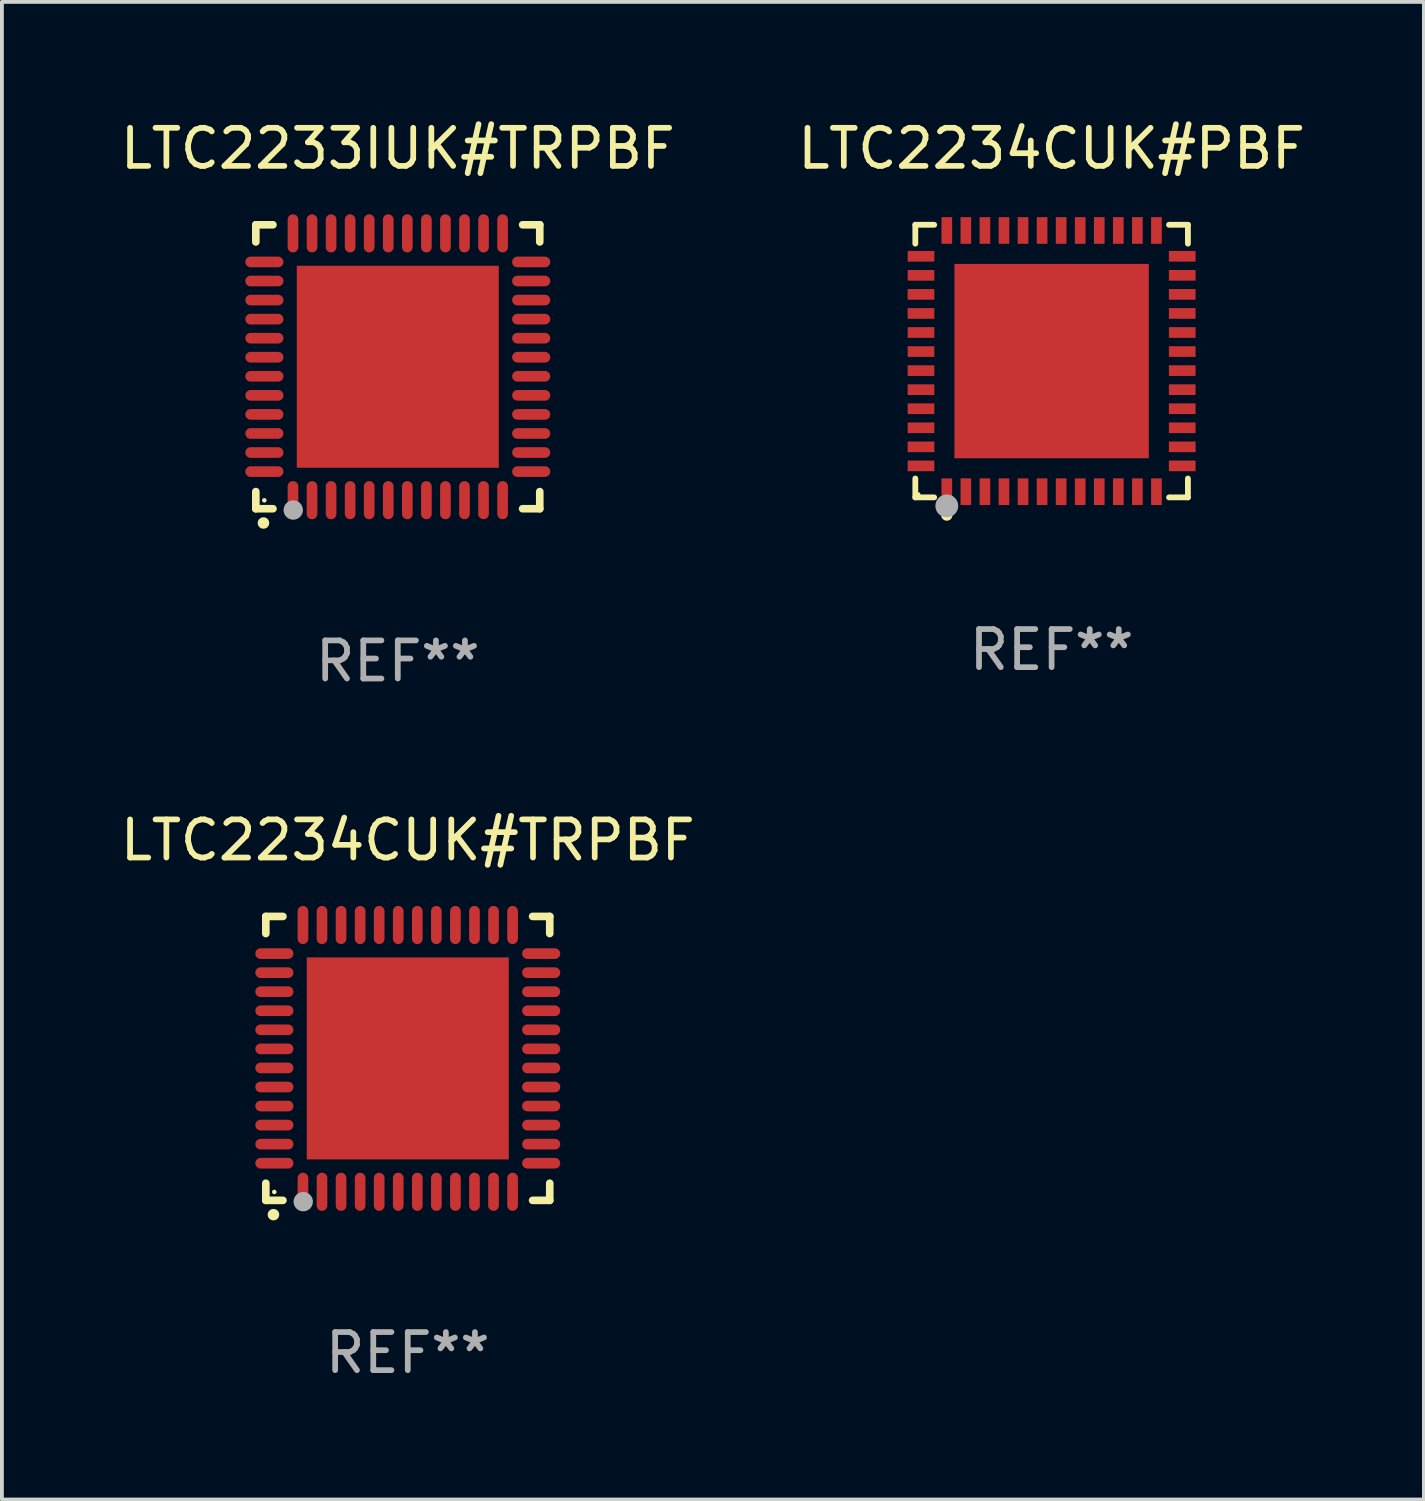
<source format=kicad_pcb>
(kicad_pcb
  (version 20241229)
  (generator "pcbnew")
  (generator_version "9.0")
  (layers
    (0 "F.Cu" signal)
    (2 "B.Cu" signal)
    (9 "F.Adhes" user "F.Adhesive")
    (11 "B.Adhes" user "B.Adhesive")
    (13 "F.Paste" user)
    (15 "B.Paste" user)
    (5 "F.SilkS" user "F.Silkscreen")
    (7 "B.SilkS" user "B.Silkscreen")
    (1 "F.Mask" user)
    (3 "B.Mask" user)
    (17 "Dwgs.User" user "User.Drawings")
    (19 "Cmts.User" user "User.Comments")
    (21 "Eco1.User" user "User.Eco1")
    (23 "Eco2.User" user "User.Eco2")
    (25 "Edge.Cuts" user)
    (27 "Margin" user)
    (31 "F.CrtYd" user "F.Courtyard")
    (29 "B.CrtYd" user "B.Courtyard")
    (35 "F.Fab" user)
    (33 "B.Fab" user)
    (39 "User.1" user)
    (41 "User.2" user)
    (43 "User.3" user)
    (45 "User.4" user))
  (footprint "LTC2234CUK#PBF"
    (layer "F.Cu")
    (at 24.542 6.424)
    (property "Reference" "LTC2234CUK#PBF" (at 0 -5.576 0) (layer "F.SilkS") (effects (font (size 1 1) (thickness 0.15))))
    (attr through_hole)
    (fp_line (start -3.576 -3.576) (end -3.081 -3.576) (stroke (width 0.152) (type solid)) (layer "F.SilkS"))
    (fp_line (start -3.576 -3.081) (end -3.576 -3.576) (stroke (width 0.152) (type solid)) (layer "F.SilkS"))
    (fp_line (start -3.576 3.081) (end -3.576 3.576) (stroke (width 0.152) (type solid)) (layer "F.SilkS"))
    (fp_line (start -3.576 3.576) (end -3.081 3.576) (stroke (width 0.152) (type solid)) (layer "F.SilkS"))
    (fp_line (start 3.576 -3.576) (end 3.081 -3.576) (stroke (width 0.152) (type solid)) (layer "F.SilkS"))
    (fp_line (start 3.576 -3.081) (end 3.576 -3.576) (stroke (width 0.152) (type solid)) (layer "F.SilkS"))
    (fp_line (start 3.576 3.081) (end 3.576 3.576) (stroke (width 0.152) (type solid)) (layer "F.SilkS"))
    (fp_line (start 3.576 3.576) (end 3.081 3.576) (stroke (width 0.152) (type solid)) (layer "F.SilkS"))
    (fp_circle (center -3.5 3.5) (end -3.47 3.5) (stroke (width 0.06) (type solid)) (fill no) (layer "F.SilkS"))
    (fp_circle (center -2.75 4.04) (end -2.675 4.04) (stroke (width 0.15) (type solid)) (fill no) (layer "F.SilkS"))
    (fp_circle (center -2.75 3.8) (end -2.6 3.8) (stroke (width 0.3) (type solid)) (fill no) (layer "F.Fab"))
    (fp_text user "REF**" (at 0 7.576 0) (layer "F.Fab") (effects (font (size 1 1) (thickness 0.15))))
    (pad "1" smd rect (at -2.75 3.427) (size 0.28 0.7) (layers "F.Cu" "F.Mask" "F.Paste"))
    (pad "2" smd rect (at -2.25 3.427) (size 0.28 0.7) (layers "F.Cu" "F.Mask" "F.Paste"))
    (pad "3" smd rect (at -1.75 3.427) (size 0.28 0.7) (layers "F.Cu" "F.Mask" "F.Paste"))
    (pad "4" smd rect (at -1.25 3.427) (size 0.28 0.7) (layers "F.Cu" "F.Mask" "F.Paste"))
    (pad "5" smd rect (at -0.75 3.427) (size 0.28 0.7) (layers "F.Cu" "F.Mask" "F.Paste"))
    (pad "6" smd rect (at -0.25 3.427) (size 0.28 0.7) (layers "F.Cu" "F.Mask" "F.Paste"))
    (pad "7" smd rect (at 0.25 3.427) (size 0.28 0.7) (layers "F.Cu" "F.Mask" "F.Paste"))
    (pad "8" smd rect (at 0.75 3.427) (size 0.28 0.7) (layers "F.Cu" "F.Mask" "F.Paste"))
    (pad "9" smd rect (at 1.25 3.427) (size 0.28 0.7) (layers "F.Cu" "F.Mask" "F.Paste"))
    (pad "10" smd rect (at 1.75 3.427) (size 0.28 0.7) (layers "F.Cu" "F.Mask" "F.Paste"))
    (pad "11" smd rect (at 2.25 3.427) (size 0.28 0.7) (layers "F.Cu" "F.Mask" "F.Paste"))
    (pad "12" smd rect (at 2.75 3.427) (size 0.28 0.7) (layers "F.Cu" "F.Mask" "F.Paste"))
    (pad "13" smd rect (at 3.427 2.75) (size 0.7 0.28) (layers "F.Cu" "F.Mask" "F.Paste"))
    (pad "14" smd rect (at 3.427 2.25) (size 0.7 0.28) (layers "F.Cu" "F.Mask" "F.Paste"))
    (pad "15" smd rect (at 3.427 1.75) (size 0.7 0.28) (layers "F.Cu" "F.Mask" "F.Paste"))
    (pad "16" smd rect (at 3.427 1.25) (size 0.7 0.28) (layers "F.Cu" "F.Mask" "F.Paste"))
    (pad "17" smd rect (at 3.427 0.75) (size 0.7 0.28) (layers "F.Cu" "F.Mask" "F.Paste"))
    (pad "18" smd rect (at 3.427 0.25) (size 0.7 0.28) (layers "F.Cu" "F.Mask" "F.Paste"))
    (pad "19" smd rect (at 3.427 -0.25) (size 0.7 0.28) (layers "F.Cu" "F.Mask" "F.Paste"))
    (pad "20" smd rect (at 3.427 -0.75) (size 0.7 0.28) (layers "F.Cu" "F.Mask" "F.Paste"))
    (pad "21" smd rect (at 3.427 -1.25) (size 0.7 0.28) (layers "F.Cu" "F.Mask" "F.Paste"))
    (pad "22" smd rect (at 3.427 -1.75) (size 0.7 0.28) (layers "F.Cu" "F.Mask" "F.Paste"))
    (pad "23" smd rect (at 3.427 -2.25) (size 0.7 0.28) (layers "F.Cu" "F.Mask" "F.Paste"))
    (pad "24" smd rect (at 3.427 -2.75) (size 0.7 0.28) (layers "F.Cu" "F.Mask" "F.Paste"))
    (pad "25" smd rect (at 2.75 -3.427) (size 0.28 0.7) (layers "F.Cu" "F.Mask" "F.Paste"))
    (pad "26" smd rect (at 2.25 -3.427) (size 0.28 0.7) (layers "F.Cu" "F.Mask" "F.Paste"))
    (pad "27" smd rect (at 1.75 -3.427) (size 0.28 0.7) (layers "F.Cu" "F.Mask" "F.Paste"))
    (pad "28" smd rect (at 1.25 -3.427) (size 0.28 0.7) (layers "F.Cu" "F.Mask" "F.Paste"))
    (pad "29" smd rect (at 0.75 -3.427) (size 0.28 0.7) (layers "F.Cu" "F.Mask" "F.Paste"))
    (pad "30" smd rect (at 0.25 -3.427) (size 0.28 0.7) (layers "F.Cu" "F.Mask" "F.Paste"))
    (pad "31" smd rect (at -0.25 -3.427) (size 0.28 0.7) (layers "F.Cu" "F.Mask" "F.Paste"))
    (pad "32" smd rect (at -0.75 -3.427) (size 0.28 0.7) (layers "F.Cu" "F.Mask" "F.Paste"))
    (pad "33" smd rect (at -1.25 -3.427) (size 0.28 0.7) (layers "F.Cu" "F.Mask" "F.Paste"))
    (pad "34" smd rect (at -1.75 -3.427) (size 0.28 0.7) (layers "F.Cu" "F.Mask" "F.Paste"))
    (pad "35" smd rect (at -2.25 -3.427) (size 0.28 0.7) (layers "F.Cu" "F.Mask" "F.Paste"))
    (pad "36" smd rect (at -2.75 -3.427) (size 0.28 0.7) (layers "F.Cu" "F.Mask" "F.Paste"))
    (pad "37" smd rect (at -3.427 -2.75) (size 0.7 0.28) (layers "F.Cu" "F.Mask" "F.Paste"))
    (pad "38" smd rect (at -3.427 -2.25) (size 0.7 0.28) (layers "F.Cu" "F.Mask" "F.Paste"))
    (pad "39" smd rect (at -3.427 -1.75) (size 0.7 0.28) (layers "F.Cu" "F.Mask" "F.Paste"))
    (pad "40" smd rect (at -3.427 -1.25) (size 0.7 0.28) (layers "F.Cu" "F.Mask" "F.Paste"))
    (pad "41" smd rect (at -3.427 -0.75) (size 0.7 0.28) (layers "F.Cu" "F.Mask" "F.Paste"))
    (pad "42" smd rect (at -3.427 -0.25) (size 0.7 0.28) (layers "F.Cu" "F.Mask" "F.Paste"))
    (pad "43" smd rect (at -3.427 0.25) (size 0.7 0.28) (layers "F.Cu" "F.Mask" "F.Paste"))
    (pad "44" smd rect (at -3.427 0.75) (size 0.7 0.28) (layers "F.Cu" "F.Mask" "F.Paste"))
    (pad "45" smd rect (at -3.427 1.25) (size 0.7 0.28) (layers "F.Cu" "F.Mask" "F.Paste"))
    (pad "46" smd rect (at -3.427 1.75) (size 0.7 0.28) (layers "F.Cu" "F.Mask" "F.Paste"))
    (pad "47" smd rect (at -3.427 2.25) (size 0.7 0.28) (layers "F.Cu" "F.Mask" "F.Paste"))
    (pad "48" smd rect (at -3.427 2.75) (size 0.7 0.28) (layers "F.Cu" "F.Mask" "F.Paste"))
    (pad "49" smd rect (at 0 0) (size 5.1 5.1) (layers "F.Cu" "F.Mask" "F.Paste")))
  (footprint "LTC2233IUK#TRPBF"
    (layer "F.Cu")
    (at 7.387 6.573)
    (property "Reference" "LTC2233IUK#TRPBF" (at 0 -5.725 0) (layer "F.SilkS") (effects (font (size 1 1) (thickness 0.15))))
    (attr through_hole)
    (fp_line (start -3.725 -3.725) (end -3.275 -3.725) (stroke (width 0.2) (type solid)) (layer "F.SilkS"))
    (fp_line (start -3.725 -3.275) (end -3.725 -3.725) (stroke (width 0.2) (type solid)) (layer "F.SilkS"))
    (fp_line (start -3.725 3.725) (end -3.725 3.275) (stroke (width 0.2) (type solid)) (layer "F.SilkS"))
    (fp_line (start -3.275 3.725) (end -3.725 3.725) (stroke (width 0.2) (type solid)) (layer "F.SilkS"))
    (fp_line (start 3.275 3.725) (end 3.725 3.725) (stroke (width 0.2) (type solid)) (layer "F.SilkS"))
    (fp_line (start 3.725 -3.725) (end 3.275 -3.725) (stroke (width 0.2) (type solid)) (layer "F.SilkS"))
    (fp_line (start 3.725 -3.275) (end 3.725 -3.725) (stroke (width 0.2) (type solid)) (layer "F.SilkS"))
    (fp_line (start 3.725 3.725) (end 3.725 3.275) (stroke (width 0.2) (type solid)) (layer "F.SilkS"))
    (fp_arc (start -3.525527 4.099568) (mid -3.524257 4.099563) (end -3.522987 4.099568) (stroke (width 0.3) (type solid)) (layer "F.SilkS"))
    (fp_circle (center -3.502 3.504) (end -3.472 3.504) (stroke (width 0.06) (type solid)) (fill no) (layer "F.SilkS"))
    (fp_circle (center -2.743 3.759) (end -2.616 3.759) (stroke (width 0.254) (type solid)) (fill no) (layer "F.Fab"))
    (fp_text user "REF**" (at 0 7.725 0) (layer "F.Fab") (effects (font (size 1 1) (thickness 0.15))))
    (pad "1" smd oval (at -2.75 3.5) (size 0.28 1) (layers "F.Cu" "F.Mask" "F.Paste"))
    (pad "2" smd oval (at -2.25 3.5) (size 0.28 1) (layers "F.Cu" "F.Mask" "F.Paste"))
    (pad "3" smd oval (at -1.75 3.5) (size 0.28 1) (layers "F.Cu" "F.Mask" "F.Paste"))
    (pad "4" smd oval (at -1.25 3.5) (size 0.28 1) (layers "F.Cu" "F.Mask" "F.Paste"))
    (pad "5" smd oval (at -0.75 3.5) (size 0.28 1) (layers "F.Cu" "F.Mask" "F.Paste"))
    (pad "6" smd oval (at -0.25 3.5) (size 0.28 1) (layers "F.Cu" "F.Mask" "F.Paste"))
    (pad "7" smd oval (at 0.25 3.5) (size 0.28 1) (layers "F.Cu" "F.Mask" "F.Paste"))
    (pad "8" smd oval (at 0.75 3.5) (size 0.28 1) (layers "F.Cu" "F.Mask" "F.Paste"))
    (pad "9" smd oval (at 1.25 3.5) (size 0.28 1) (layers "F.Cu" "F.Mask" "F.Paste"))
    (pad "10" smd oval (at 1.75 3.5) (size 0.28 1) (layers "F.Cu" "F.Mask" "F.Paste"))
    (pad "11" smd oval (at 2.25 3.5) (size 0.28 1) (layers "F.Cu" "F.Mask" "F.Paste"))
    (pad "12" smd oval (at 2.75 3.5) (size 0.28 1) (layers "F.Cu" "F.Mask" "F.Paste"))
    (pad "13" smd oval (at 3.5 2.75) (size 1 0.28) (layers "F.Cu" "F.Mask" "F.Paste"))
    (pad "14" smd oval (at 3.5 2.25) (size 1 0.28) (layers "F.Cu" "F.Mask" "F.Paste"))
    (pad "15" smd oval (at 3.5 1.75) (size 1 0.28) (layers "F.Cu" "F.Mask" "F.Paste"))
    (pad "16" smd oval (at 3.5 1.25) (size 1 0.28) (layers "F.Cu" "F.Mask" "F.Paste"))
    (pad "17" smd oval (at 3.5 0.75) (size 1 0.28) (layers "F.Cu" "F.Mask" "F.Paste"))
    (pad "18" smd oval (at 3.5 0.25) (size 1 0.28) (layers "F.Cu" "F.Mask" "F.Paste"))
    (pad "19" smd oval (at 3.5 -0.25) (size 1 0.28) (layers "F.Cu" "F.Mask" "F.Paste"))
    (pad "20" smd oval (at 3.5 -0.75) (size 1 0.28) (layers "F.Cu" "F.Mask" "F.Paste"))
    (pad "21" smd oval (at 3.5 -1.25) (size 1 0.28) (layers "F.Cu" "F.Mask" "F.Paste"))
    (pad "22" smd oval (at 3.5 -1.75) (size 1 0.28) (layers "F.Cu" "F.Mask" "F.Paste"))
    (pad "23" smd oval (at 3.5 -2.25) (size 1 0.28) (layers "F.Cu" "F.Mask" "F.Paste"))
    (pad "24" smd oval (at 3.5 -2.75) (size 1 0.28) (layers "F.Cu" "F.Mask" "F.Paste"))
    (pad "25" smd oval (at 2.75 -3.5) (size 0.28 1) (layers "F.Cu" "F.Mask" "F.Paste"))
    (pad "26" smd oval (at 2.25 -3.5) (size 0.28 1) (layers "F.Cu" "F.Mask" "F.Paste"))
    (pad "27" smd oval (at 1.75 -3.5) (size 0.28 1) (layers "F.Cu" "F.Mask" "F.Paste"))
    (pad "28" smd oval (at 1.25 -3.5) (size 0.28 1) (layers "F.Cu" "F.Mask" "F.Paste"))
    (pad "29" smd oval (at 0.75 -3.5) (size 0.28 1) (layers "F.Cu" "F.Mask" "F.Paste"))
    (pad "30" smd oval (at 0.25 -3.5) (size 0.28 1) (layers "F.Cu" "F.Mask" "F.Paste"))
    (pad "31" smd oval (at -0.25 -3.5) (size 0.28 1) (layers "F.Cu" "F.Mask" "F.Paste"))
    (pad "32" smd oval (at -0.75 -3.5) (size 0.28 1) (layers "F.Cu" "F.Mask" "F.Paste"))
    (pad "33" smd oval (at -1.25 -3.5) (size 0.28 1) (layers "F.Cu" "F.Mask" "F.Paste"))
    (pad "34" smd oval (at -1.75 -3.5) (size 0.28 1) (layers "F.Cu" "F.Mask" "F.Paste"))
    (pad "35" smd oval (at -2.25 -3.5) (size 0.28 1) (layers "F.Cu" "F.Mask" "F.Paste"))
    (pad "36" smd oval (at -2.75 -3.5) (size 0.28 1) (layers "F.Cu" "F.Mask" "F.Paste"))
    (pad "37" smd oval (at -3.5 -2.75) (size 1 0.28) (layers "F.Cu" "F.Mask" "F.Paste"))
    (pad "38" smd oval (at -3.5 -2.25) (size 1 0.28) (layers "F.Cu" "F.Mask" "F.Paste"))
    (pad "39" smd oval (at -3.5 -1.75) (size 1 0.28) (layers "F.Cu" "F.Mask" "F.Paste"))
    (pad "40" smd oval (at -3.5 -1.25) (size 1 0.28) (layers "F.Cu" "F.Mask" "F.Paste"))
    (pad "41" smd oval (at -3.5 -0.75) (size 1 0.28) (layers "F.Cu" "F.Mask" "F.Paste"))
    (pad "42" smd oval (at -3.5 -0.25) (size 1 0.28) (layers "F.Cu" "F.Mask" "F.Paste"))
    (pad "43" smd oval (at -3.5 0.25) (size 1 0.28) (layers "F.Cu" "F.Mask" "F.Paste"))
    (pad "44" smd oval (at -3.5 0.75) (size 1 0.28) (layers "F.Cu" "F.Mask" "F.Paste"))
    (pad "45" smd oval (at -3.5 1.25) (size 1 0.28) (layers "F.Cu" "F.Mask" "F.Paste"))
    (pad "46" smd oval (at -3.5 1.75) (size 1 0.28) (layers "F.Cu" "F.Mask" "F.Paste"))
    (pad "47" smd oval (at -3.5 2.25) (size 1 0.28) (layers "F.Cu" "F.Mask" "F.Paste"))
    (pad "48" smd oval (at -3.5 2.75) (size 1 0.28) (layers "F.Cu" "F.Mask" "F.Paste"))
    (pad "49" smd rect (at 0 0) (size 5.3 5.3) (layers "F.Cu" "F.Mask" "F.Paste")))
  (footprint "LTC2234CUK#TRPBF"
    (layer "F.Cu")
    (at 7.649 24.72)
    (property "Reference" "LTC2234CUK#TRPBF" (at 0 -5.725 0) (layer "F.SilkS") (effects (font (size 1 1) (thickness 0.15))))
    (attr through_hole)
    (fp_line (start -3.725 -3.725) (end -3.275 -3.725) (stroke (width 0.2) (type solid)) (layer "F.SilkS"))
    (fp_line (start -3.725 -3.275) (end -3.725 -3.725) (stroke (width 0.2) (type solid)) (layer "F.SilkS"))
    (fp_line (start -3.725 3.725) (end -3.725 3.275) (stroke (width 0.2) (type solid)) (layer "F.SilkS"))
    (fp_line (start -3.275 3.725) (end -3.725 3.725) (stroke (width 0.2) (type solid)) (layer "F.SilkS"))
    (fp_line (start 3.275 3.725) (end 3.725 3.725) (stroke (width 0.2) (type solid)) (layer "F.SilkS"))
    (fp_line (start 3.725 -3.725) (end 3.275 -3.725) (stroke (width 0.2) (type solid)) (layer "F.SilkS"))
    (fp_line (start 3.725 -3.275) (end 3.725 -3.725) (stroke (width 0.2) (type solid)) (layer "F.SilkS"))
    (fp_line (start 3.725 3.725) (end 3.725 3.275) (stroke (width 0.2) (type solid)) (layer "F.SilkS"))
    (fp_arc (start -3.525527 4.099568) (mid -3.524257 4.099563) (end -3.522987 4.099568) (stroke (width 0.3) (type solid)) (layer "F.SilkS"))
    (fp_circle (center -3.502 3.504) (end -3.472 3.504) (stroke (width 0.06) (type solid)) (fill no) (layer "F.SilkS"))
    (fp_circle (center -2.743 3.759) (end -2.616 3.759) (stroke (width 0.254) (type solid)) (fill no) (layer "F.Fab"))
    (fp_text user "REF**" (at 0 7.725 0) (layer "F.Fab") (effects (font (size 1 1) (thickness 0.15))))
    (pad "1" smd oval (at -2.75 3.5) (size 0.28 1) (layers "F.Cu" "F.Mask" "F.Paste"))
    (pad "2" smd oval (at -2.25 3.5) (size 0.28 1) (layers "F.Cu" "F.Mask" "F.Paste"))
    (pad "3" smd oval (at -1.75 3.5) (size 0.28 1) (layers "F.Cu" "F.Mask" "F.Paste"))
    (pad "4" smd oval (at -1.25 3.5) (size 0.28 1) (layers "F.Cu" "F.Mask" "F.Paste"))
    (pad "5" smd oval (at -0.75 3.5) (size 0.28 1) (layers "F.Cu" "F.Mask" "F.Paste"))
    (pad "6" smd oval (at -0.25 3.5) (size 0.28 1) (layers "F.Cu" "F.Mask" "F.Paste"))
    (pad "7" smd oval (at 0.25 3.5) (size 0.28 1) (layers "F.Cu" "F.Mask" "F.Paste"))
    (pad "8" smd oval (at 0.75 3.5) (size 0.28 1) (layers "F.Cu" "F.Mask" "F.Paste"))
    (pad "9" smd oval (at 1.25 3.5) (size 0.28 1) (layers "F.Cu" "F.Mask" "F.Paste"))
    (pad "10" smd oval (at 1.75 3.5) (size 0.28 1) (layers "F.Cu" "F.Mask" "F.Paste"))
    (pad "11" smd oval (at 2.25 3.5) (size 0.28 1) (layers "F.Cu" "F.Mask" "F.Paste"))
    (pad "12" smd oval (at 2.75 3.5) (size 0.28 1) (layers "F.Cu" "F.Mask" "F.Paste"))
    (pad "13" smd oval (at 3.5 2.75) (size 1 0.28) (layers "F.Cu" "F.Mask" "F.Paste"))
    (pad "14" smd oval (at 3.5 2.25) (size 1 0.28) (layers "F.Cu" "F.Mask" "F.Paste"))
    (pad "15" smd oval (at 3.5 1.75) (size 1 0.28) (layers "F.Cu" "F.Mask" "F.Paste"))
    (pad "16" smd oval (at 3.5 1.25) (size 1 0.28) (layers "F.Cu" "F.Mask" "F.Paste"))
    (pad "17" smd oval (at 3.5 0.75) (size 1 0.28) (layers "F.Cu" "F.Mask" "F.Paste"))
    (pad "18" smd oval (at 3.5 0.25) (size 1 0.28) (layers "F.Cu" "F.Mask" "F.Paste"))
    (pad "19" smd oval (at 3.5 -0.25) (size 1 0.28) (layers "F.Cu" "F.Mask" "F.Paste"))
    (pad "20" smd oval (at 3.5 -0.75) (size 1 0.28) (layers "F.Cu" "F.Mask" "F.Paste"))
    (pad "21" smd oval (at 3.5 -1.25) (size 1 0.28) (layers "F.Cu" "F.Mask" "F.Paste"))
    (pad "22" smd oval (at 3.5 -1.75) (size 1 0.28) (layers "F.Cu" "F.Mask" "F.Paste"))
    (pad "23" smd oval (at 3.5 -2.25) (size 1 0.28) (layers "F.Cu" "F.Mask" "F.Paste"))
    (pad "24" smd oval (at 3.5 -2.75) (size 1 0.28) (layers "F.Cu" "F.Mask" "F.Paste"))
    (pad "25" smd oval (at 2.75 -3.5) (size 0.28 1) (layers "F.Cu" "F.Mask" "F.Paste"))
    (pad "26" smd oval (at 2.25 -3.5) (size 0.28 1) (layers "F.Cu" "F.Mask" "F.Paste"))
    (pad "27" smd oval (at 1.75 -3.5) (size 0.28 1) (layers "F.Cu" "F.Mask" "F.Paste"))
    (pad "28" smd oval (at 1.25 -3.5) (size 0.28 1) (layers "F.Cu" "F.Mask" "F.Paste"))
    (pad "29" smd oval (at 0.75 -3.5) (size 0.28 1) (layers "F.Cu" "F.Mask" "F.Paste"))
    (pad "30" smd oval (at 0.25 -3.5) (size 0.28 1) (layers "F.Cu" "F.Mask" "F.Paste"))
    (pad "31" smd oval (at -0.25 -3.5) (size 0.28 1) (layers "F.Cu" "F.Mask" "F.Paste"))
    (pad "32" smd oval (at -0.75 -3.5) (size 0.28 1) (layers "F.Cu" "F.Mask" "F.Paste"))
    (pad "33" smd oval (at -1.25 -3.5) (size 0.28 1) (layers "F.Cu" "F.Mask" "F.Paste"))
    (pad "34" smd oval (at -1.75 -3.5) (size 0.28 1) (layers "F.Cu" "F.Mask" "F.Paste"))
    (pad "35" smd oval (at -2.25 -3.5) (size 0.28 1) (layers "F.Cu" "F.Mask" "F.Paste"))
    (pad "36" smd oval (at -2.75 -3.5) (size 0.28 1) (layers "F.Cu" "F.Mask" "F.Paste"))
    (pad "37" smd oval (at -3.5 -2.75) (size 1 0.28) (layers "F.Cu" "F.Mask" "F.Paste"))
    (pad "38" smd oval (at -3.5 -2.25) (size 1 0.28) (layers "F.Cu" "F.Mask" "F.Paste"))
    (pad "39" smd oval (at -3.5 -1.75) (size 1 0.28) (layers "F.Cu" "F.Mask" "F.Paste"))
    (pad "40" smd oval (at -3.5 -1.25) (size 1 0.28) (layers "F.Cu" "F.Mask" "F.Paste"))
    (pad "41" smd oval (at -3.5 -0.75) (size 1 0.28) (layers "F.Cu" "F.Mask" "F.Paste"))
    (pad "42" smd oval (at -3.5 -0.25) (size 1 0.28) (layers "F.Cu" "F.Mask" "F.Paste"))
    (pad "43" smd oval (at -3.5 0.25) (size 1 0.28) (layers "F.Cu" "F.Mask" "F.Paste"))
    (pad "44" smd oval (at -3.5 0.75) (size 1 0.28) (layers "F.Cu" "F.Mask" "F.Paste"))
    (pad "45" smd oval (at -3.5 1.25) (size 1 0.28) (layers "F.Cu" "F.Mask" "F.Paste"))
    (pad "46" smd oval (at -3.5 1.75) (size 1 0.28) (layers "F.Cu" "F.Mask" "F.Paste"))
    (pad "47" smd oval (at -3.5 2.25) (size 1 0.28) (layers "F.Cu" "F.Mask" "F.Paste"))
    (pad "48" smd oval (at -3.5 2.75) (size 1 0.28) (layers "F.Cu" "F.Mask" "F.Paste"))
    (pad "49" smd rect (at 0 0) (size 5.3 5.3) (layers "F.Cu" "F.Mask" "F.Paste")))
  (gr_rect
    (start -3 -3)
    (end 34.31 36.293)
    (stroke (width 0.1) (type default))
    (fill no)
    (layer "Edge.Cuts")))
</source>
